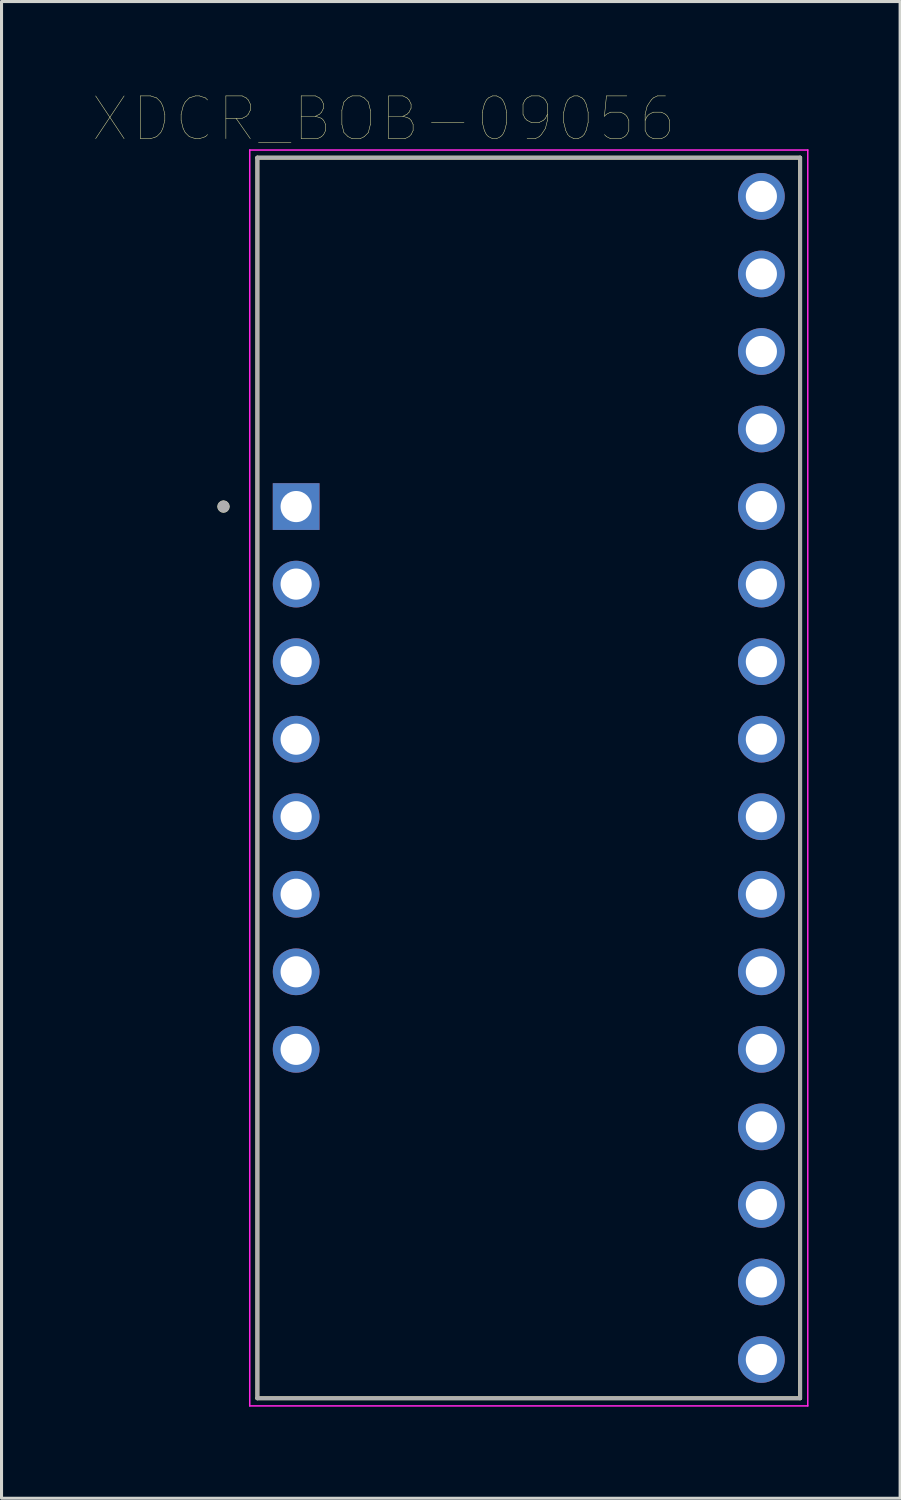
<source format=kicad_pcb>
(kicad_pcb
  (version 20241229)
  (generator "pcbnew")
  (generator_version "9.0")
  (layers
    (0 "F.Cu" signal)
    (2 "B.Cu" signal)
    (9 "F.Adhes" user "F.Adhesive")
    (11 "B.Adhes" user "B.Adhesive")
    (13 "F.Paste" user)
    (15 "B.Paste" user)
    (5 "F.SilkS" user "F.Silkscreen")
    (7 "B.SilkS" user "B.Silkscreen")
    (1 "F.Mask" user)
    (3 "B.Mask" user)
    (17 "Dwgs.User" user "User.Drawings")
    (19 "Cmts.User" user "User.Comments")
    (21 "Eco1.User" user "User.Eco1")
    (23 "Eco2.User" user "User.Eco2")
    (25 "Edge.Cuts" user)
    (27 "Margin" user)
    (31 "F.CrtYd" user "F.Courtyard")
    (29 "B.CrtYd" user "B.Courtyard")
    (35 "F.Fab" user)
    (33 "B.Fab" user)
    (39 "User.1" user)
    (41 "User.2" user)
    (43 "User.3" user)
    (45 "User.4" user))
  (footprint "XDCR_BOB-09056"
    (layer "F.Cu")
    (at 14.271 22.434)
    (property "Reference" "XDCR_BOB-09056" (at -4.755 -21.589 0) (layer "F.SilkS") (effects (font (size 1.4 1.4) (thickness 0.015))))
    (attr through_hole)
    (fp_line (start -8.89 -20.32) (end 8.89 -20.32) (stroke (width 0.127) (type solid)) (layer "F.SilkS"))
    (fp_line (start -8.89 20.32) (end -8.89 -20.32) (stroke (width 0.127) (type solid)) (layer "F.SilkS"))
    (fp_line (start 8.89 -20.32) (end 8.89 20.32) (stroke (width 0.127) (type solid)) (layer "F.SilkS"))
    (fp_line (start 8.89 20.32) (end -8.89 20.32) (stroke (width 0.127) (type solid)) (layer "F.SilkS"))
    (fp_circle (center -10 -8.89) (end -9.9 -8.89) (stroke (width 0.2) (type solid)) (fill no) (layer "F.SilkS"))
    (fp_line (start -9.14 -20.57) (end 9.14 -20.57) (stroke (width 0.05) (type solid)) (layer "F.CrtYd"))
    (fp_line (start -9.14 20.57) (end -9.14 -20.57) (stroke (width 0.05) (type solid)) (layer "F.CrtYd"))
    (fp_line (start 9.14 -20.57) (end 9.14 20.57) (stroke (width 0.05) (type solid)) (layer "F.CrtYd"))
    (fp_line (start 9.14 20.57) (end -9.14 20.57) (stroke (width 0.05) (type solid)) (layer "F.CrtYd"))
    (fp_line (start -8.89 -20.32) (end 8.89 -20.32) (stroke (width 0.127) (type solid)) (layer "F.Fab"))
    (fp_line (start -8.89 20.32) (end -8.89 -20.32) (stroke (width 0.127) (type solid)) (layer "F.Fab"))
    (fp_line (start 8.89 -20.32) (end 8.89 20.32) (stroke (width 0.127) (type solid)) (layer "F.Fab"))
    (fp_line (start 8.89 20.32) (end -8.89 20.32) (stroke (width 0.127) (type solid)) (layer "F.Fab"))
    (fp_circle (center -10 -8.89) (end -9.9 -8.89) (stroke (width 0.2) (type solid)) (fill no) (layer "F.Fab"))
    (pad "1" thru_hole rect (at -7.62 -8.89) (size 1.53 1.53) (drill 1.02) (layers "*.Cu" "*.Mask"))
    (pad "2" thru_hole circle (at -7.62 -6.35) (size 1.53 1.53) (drill 1.02) (layers "*.Cu" "*.Mask"))
    (pad "3" thru_hole circle (at -7.62 -3.81) (size 1.53 1.53) (drill 1.02) (layers "*.Cu" "*.Mask"))
    (pad "4" thru_hole circle (at -7.62 -1.27) (size 1.53 1.53) (drill 1.02) (layers "*.Cu" "*.Mask"))
    (pad "5" thru_hole circle (at -7.62 1.27) (size 1.53 1.53) (drill 1.02) (layers "*.Cu" "*.Mask"))
    (pad "6" thru_hole circle (at -7.62 3.81) (size 1.53 1.53) (drill 1.02) (layers "*.Cu" "*.Mask"))
    (pad "7" thru_hole circle (at -7.62 6.35) (size 1.53 1.53) (drill 1.02) (layers "*.Cu" "*.Mask"))
    (pad "8" thru_hole circle (at -7.62 8.89) (size 1.53 1.53) (drill 1.02) (layers "*.Cu" "*.Mask"))
    (pad "9" thru_hole circle (at 7.62 -19.05) (size 1.53 1.53) (drill 1.02) (layers "*.Cu" "*.Mask"))
    (pad "10" thru_hole circle (at 7.62 -16.51) (size 1.53 1.53) (drill 1.02) (layers "*.Cu" "*.Mask"))
    (pad "11" thru_hole circle (at 7.62 -13.97) (size 1.53 1.53) (drill 1.02) (layers "*.Cu" "*.Mask"))
    (pad "12" thru_hole circle (at 7.62 -11.43) (size 1.53 1.53) (drill 1.02) (layers "*.Cu" "*.Mask"))
    (pad "13" thru_hole circle (at 7.62 -8.89) (size 1.53 1.53) (drill 1.02) (layers "*.Cu" "*.Mask"))
    (pad "14" thru_hole circle (at 7.62 -6.35) (size 1.53 1.53) (drill 1.02) (layers "*.Cu" "*.Mask"))
    (pad "15" thru_hole circle (at 7.62 -3.81) (size 1.53 1.53) (drill 1.02) (layers "*.Cu" "*.Mask"))
    (pad "16" thru_hole circle (at 7.62 -1.27) (size 1.53 1.53) (drill 1.02) (layers "*.Cu" "*.Mask"))
    (pad "17" thru_hole circle (at 7.62 1.27) (size 1.53 1.53) (drill 1.02) (layers "*.Cu" "*.Mask"))
    (pad "18" thru_hole circle (at 7.62 3.81) (size 1.53 1.53) (drill 1.02) (layers "*.Cu" "*.Mask"))
    (pad "19" thru_hole circle (at 7.62 6.35) (size 1.53 1.53) (drill 1.02) (layers "*.Cu" "*.Mask"))
    (pad "20" thru_hole circle (at 7.62 8.89) (size 1.53 1.53) (drill 1.02) (layers "*.Cu" "*.Mask"))
    (pad "21" thru_hole circle (at 7.62 11.43) (size 1.53 1.53) (drill 1.02) (layers "*.Cu" "*.Mask"))
    (pad "22" thru_hole circle (at 7.62 13.97) (size 1.53 1.53) (drill 1.02) (layers "*.Cu" "*.Mask"))
    (pad "23" thru_hole circle (at 7.62 16.51) (size 1.53 1.53) (drill 1.02) (layers "*.Cu" "*.Mask"))
    (pad "24" thru_hole circle (at 7.62 19.05) (size 1.53 1.53) (drill 1.02) (layers "*.Cu" "*.Mask")))
  (gr_rect
    (start -3 -3)
    (end 26.436 46.029)
    (stroke (width 0.1) (type default))
    (fill no)
    (layer "Edge.Cuts")))
</source>
